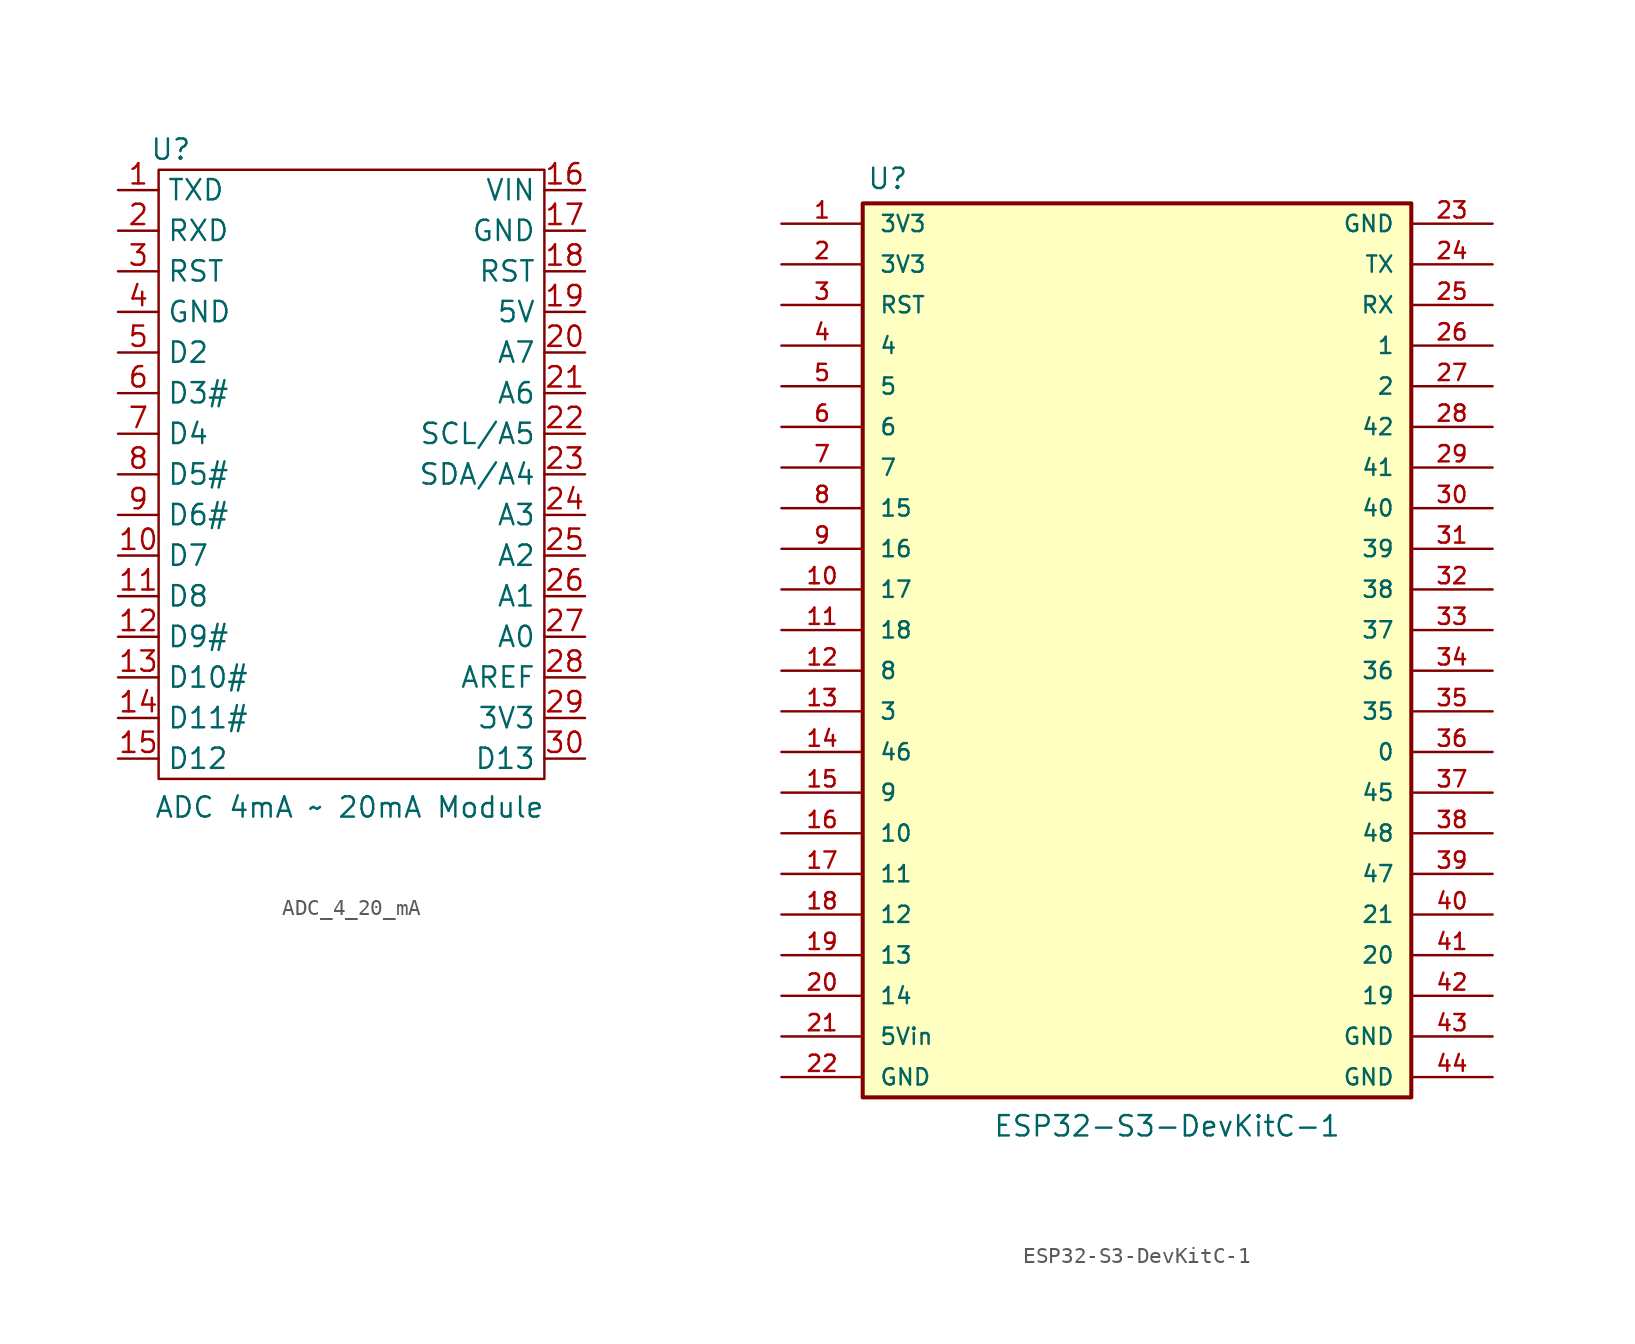
<source format=kicad_sym>
(kicad_symbol_lib
  (version 20231120)
  (generator "kicad_symbol_editor")
  (generator_version "8.0")
  (symbol "ADC_4_20_mA"
    (property "Reference" "U"
      (at -11.938 20.32 0)
      (effects (font (size 1.27 1.27))))
    (property "Value" "ADC 4mA ~ 20mA Module"
      (at -0.762 -20.828 0)
      (effects (font (size 1.27 1.27))))
    (symbol "ADC_4_20_mA_0_1"
      (rectangle (start -12.7 19.05) (end 11.43 -19.05) (stroke (width 0) (type default)) (fill (type none))))
    (symbol "ADC_4_20_mA_1_1"
      (pin output line (at -15.24 17.78 0) (length 2.54) (name "TXD" (effects (font (size 1.27 1.27)))) (number "1" (effects (font (size 1.27 1.27)))))
      (pin bidirectional line (at -15.24 -5.08 0) (length 2.54) (name "D7" (effects (font (size 1.27 1.27)))) (number "10" (effects (font (size 1.27 1.27)))))
      (pin bidirectional line (at -15.24 -7.62 0) (length 2.54) (name "D8" (effects (font (size 1.27 1.27)))) (number "11" (effects (font (size 1.27 1.27)))))
      (pin bidirectional line (at -15.24 -10.16 0) (length 2.54) (name "D9#" (effects (font (size 1.27 1.27)))) (number "12" (effects (font (size 1.27 1.27)))))
      (pin bidirectional line (at -15.24 -12.7 0) (length 2.54) (name "D10#" (effects (font (size 1.27 1.27)))) (number "13" (effects (font (size 1.27 1.27)))))
      (pin bidirectional line (at -15.24 -15.24 0) (length 2.54) (name "D11#" (effects (font (size 1.27 1.27)))) (number "14" (effects (font (size 1.27 1.27)))))
      (pin bidirectional line (at -15.24 -17.78 0) (length 2.54) (name "D12" (effects (font (size 1.27 1.27)))) (number "15" (effects (font (size 1.27 1.27)))))
      (pin power_in line (at 13.97 17.78 180) (length 2.54) (name "VIN" (effects (font (size 1.27 1.27)))) (number "16" (effects (font (size 1.27 1.27)))))
      (pin power_in line (at 13.97 15.24 180) (length 2.54) (name "GND" (effects (font (size 1.27 1.27)))) (number "17" (effects (font (size 1.27 1.27)))))
      (pin input line (at 13.97 12.7 180) (length 2.54) (name "RST" (effects (font (size 1.27 1.27)))) (number "18" (effects (font (size 1.27 1.27)))))
      (pin power_in line (at 13.97 10.16 180) (length 2.54) (name "5V" (effects (font (size 1.27 1.27)))) (number "19" (effects (font (size 1.27 1.27)))))
      (pin input line (at -15.24 15.24 0) (length 2.54) (name "RXD" (effects (font (size 1.27 1.27)))) (number "2" (effects (font (size 1.27 1.27)))))
      (pin input line (at 13.97 7.62 180) (length 2.54) (name "A7" (effects (font (size 1.27 1.27)))) (number "20" (effects (font (size 1.27 1.27)))))
      (pin input line (at 13.97 5.08 180) (length 2.54) (name "A6" (effects (font (size 1.27 1.27)))) (number "21" (effects (font (size 1.27 1.27)))))
      (pin input line (at 13.97 2.54 180) (length 2.54) (name "SCL/A5" (effects (font (size 1.27 1.27)))) (number "22" (effects (font (size 1.27 1.27)))))
      (pin input line (at 13.97 0 180) (length 2.54) (name "SDA/A4" (effects (font (size 1.27 1.27)))) (number "23" (effects (font (size 1.27 1.27)))))
      (pin input line (at 13.97 -2.54 180) (length 2.54) (name "A3" (effects (font (size 1.27 1.27)))) (number "24" (effects (font (size 1.27 1.27)))))
      (pin input line (at 13.97 -5.08 180) (length 2.54) (name "A2" (effects (font (size 1.27 1.27)))) (number "25" (effects (font (size 1.27 1.27)))))
      (pin input line (at 13.97 -7.62 180) (length 2.54) (name "A1" (effects (font (size 1.27 1.27)))) (number "26" (effects (font (size 1.27 1.27)))))
      (pin input line (at 13.97 -10.16 180) (length 2.54) (name "A0" (effects (font (size 1.27 1.27)))) (number "27" (effects (font (size 1.27 1.27)))))
      (pin input line (at 13.97 -12.7 180) (length 2.54) (name "AREF" (effects (font (size 1.27 1.27)))) (number "28" (effects (font (size 1.27 1.27)))))
      (pin power_in line (at 13.97 -15.24 180) (length 2.54) (name "3V3" (effects (font (size 1.27 1.27)))) (number "29" (effects (font (size 1.27 1.27)))))
      (pin input line (at -15.24 12.7 0) (length 2.54) (name "RST" (effects (font (size 1.27 1.27)))) (number "3" (effects (font (size 1.27 1.27)))))
      (pin bidirectional line (at 13.97 -17.78 180) (length 2.54) (name "D13" (effects (font (size 1.27 1.27)))) (number "30" (effects (font (size 1.27 1.27)))))
      (pin power_in line (at -15.24 10.16 0) (length 2.54) (name "GND" (effects (font (size 1.27 1.27)))) (number "4" (effects (font (size 1.27 1.27)))))
      (pin bidirectional line (at -15.24 7.62 0) (length 2.54) (name "D2" (effects (font (size 1.27 1.27)))) (number "5" (effects (font (size 1.27 1.27)))))
      (pin bidirectional line (at -15.24 5.08 0) (length 2.54) (name "D3#" (effects (font (size 1.27 1.27)))) (number "6" (effects (font (size 1.27 1.27)))))
      (pin bidirectional line (at -15.24 2.54 0) (length 2.54) (name "D4" (effects (font (size 1.27 1.27)))) (number "7" (effects (font (size 1.27 1.27)))))
      (pin bidirectional line (at -15.24 0 0) (length 2.54) (name "D5#" (effects (font (size 1.27 1.27)))) (number "8" (effects (font (size 1.27 1.27)))))
      (pin bidirectional line (at -15.24 -2.54 0) (length 2.54) (name "D6#" (effects (font (size 1.27 1.27)))) (number "9" (effects (font (size 1.27 1.27)))))))
  (symbol "ESP32-S3-DevKitC-1"
    (pin_names
      (offset 1.016))
    (property "Reference" "U"
      (at -17.526 32.766 0)
      (effects (font (size 1.27 1.27)) (justify left top)))
    (property "Value" "ESP32-S3-DevKitC-1"
      (at -9.652 -27.94 0)
      (effects (font (size 1.27 1.27)) (justify left bottom)))
    (property "Part Number" ""
      (at 0 -1.27 0)
      (effects (font (size 1.27 1.27))))
    (symbol "ESP32-S3-DevKitC-1_0_0"
      (rectangle (start -17.78 30.48) (end 16.51 -25.4) (stroke (width 0.254) (type default)) (fill (type background))))
    (symbol "ESP32-S3-DevKitC-1_1_0"
      (pin power_in line (at -22.86 29.21 0) (length 5.08) (name "3V3" (effects (font (size 1.016 1.016)))) (number "1" (effects (font (size 1.016 1.016)))))
      (pin bidirectional line (at -22.86 6.35 0) (length 5.08) (name "17" (effects (font (size 1.016 1.016)))) (number "10" (effects (font (size 1.016 1.016)))))
      (pin bidirectional line (at -22.86 3.81 0) (length 5.08) (name "18" (effects (font (size 1.016 1.016)))) (number "11" (effects (font (size 1.016 1.016)))))
      (pin bidirectional line (at -22.86 1.27 0) (length 5.08) (name "8" (effects (font (size 1.016 1.016)))) (number "12" (effects (font (size 1.016 1.016)))))
      (pin bidirectional line (at -22.86 -1.27 0) (length 5.08) (name "3" (effects (font (size 1.016 1.016)))) (number "13" (effects (font (size 1.016 1.016)))))
      (pin bidirectional line (at -22.86 -3.81 0) (length 5.08) (name "46" (effects (font (size 1.016 1.016)))) (number "14" (effects (font (size 1.016 1.016)))))
      (pin bidirectional line (at -22.86 -6.35 0) (length 5.08) (name "9" (effects (font (size 1.016 1.016)))) (number "15" (effects (font (size 1.016 1.016)))))
      (pin bidirectional line (at -22.86 -8.89 0) (length 5.08) (name "10" (effects (font (size 1.016 1.016)))) (number "16" (effects (font (size 1.016 1.016)))))
      (pin bidirectional line (at -22.86 -11.43 0) (length 5.08) (name "11" (effects (font (size 1.016 1.016)))) (number "17" (effects (font (size 1.016 1.016)))))
      (pin bidirectional line (at -22.86 -13.97 0) (length 5.08) (name "12" (effects (font (size 1.016 1.016)))) (number "18" (effects (font (size 1.016 1.016)))))
      (pin bidirectional line (at -22.86 -16.51 0) (length 5.08) (name "13" (effects (font (size 1.016 1.016)))) (number "19" (effects (font (size 1.016 1.016)))))
      (pin power_in line (at -22.86 26.67 0) (length 5.08) (name "3V3" (effects (font (size 1.016 1.016)))) (number "2" (effects (font (size 1.016 1.016)))))
      (pin bidirectional line (at -22.86 -19.05 0) (length 5.08) (name "14" (effects (font (size 1.016 1.016)))) (number "20" (effects (font (size 1.016 1.016)))))
      (pin power_in line (at -22.86 -21.59 0) (length 5.08) (name "5Vin" (effects (font (size 1.016 1.016)))) (number "21" (effects (font (size 1.016 1.016)))))
      (pin power_in line (at -22.86 -24.13 0) (length 5.08) (name "GND" (effects (font (size 1.016 1.016)))) (number "22" (effects (font (size 1.016 1.016)))))
      (pin power_in line (at 21.59 29.21 180) (length 5.08) (name "GND" (effects (font (size 1.016 1.016)))) (number "23" (effects (font (size 1.016 1.016)))))
      (pin bidirectional line (at 21.59 26.67 180) (length 5.08) (name "TX" (effects (font (size 1.016 1.016)))) (number "24" (effects (font (size 1.016 1.016)))))
      (pin bidirectional line (at 21.59 24.13 180) (length 5.08) (name "RX" (effects (font (size 1.016 1.016)))) (number "25" (effects (font (size 1.016 1.016)))))
      (pin bidirectional line (at 21.59 21.59 180) (length 5.08) (name "1" (effects (font (size 1.016 1.016)))) (number "26" (effects (font (size 1.016 1.016)))))
      (pin bidirectional line (at 21.59 19.05 180) (length 5.08) (name "2" (effects (font (size 1.016 1.016)))) (number "27" (effects (font (size 1.016 1.016)))))
      (pin bidirectional line (at 21.59 16.51 180) (length 5.08) (name "42" (effects (font (size 1.016 1.016)))) (number "28" (effects (font (size 1.016 1.016)))))
      (pin bidirectional line (at 21.59 13.97 180) (length 5.08) (name "41" (effects (font (size 1.016 1.016)))) (number "29" (effects (font (size 1.016 1.016)))))
      (pin input line (at -22.86 24.13 0) (length 5.08) (name "RST" (effects (font (size 1.016 1.016)))) (number "3" (effects (font (size 1.016 1.016)))))
      (pin bidirectional line (at 21.59 11.43 180) (length 5.08) (name "40" (effects (font (size 1.016 1.016)))) (number "30" (effects (font (size 1.016 1.016)))))
      (pin bidirectional line (at 21.59 8.89 180) (length 5.08) (name "39" (effects (font (size 1.016 1.016)))) (number "31" (effects (font (size 1.016 1.016)))))
      (pin bidirectional line (at 21.59 6.35 180) (length 5.08) (name "38" (effects (font (size 1.016 1.016)))) (number "32" (effects (font (size 1.016 1.016)))))
      (pin bidirectional line (at 21.59 3.81 180) (length 5.08) (name "37" (effects (font (size 1.016 1.016)))) (number "33" (effects (font (size 1.016 1.016)))))
      (pin bidirectional line (at 21.59 1.27 180) (length 5.08) (name "36" (effects (font (size 1.016 1.016)))) (number "34" (effects (font (size 1.016 1.016)))))
      (pin bidirectional line (at 21.59 -1.27 180) (length 5.08) (name "35" (effects (font (size 1.016 1.016)))) (number "35" (effects (font (size 1.016 1.016)))))
      (pin bidirectional line (at 21.59 -3.81 180) (length 5.08) (name "0" (effects (font (size 1.016 1.016)))) (number "36" (effects (font (size 1.016 1.016)))))
      (pin bidirectional line (at 21.59 -6.35 180) (length 5.08) (name "45" (effects (font (size 1.016 1.016)))) (number "37" (effects (font (size 1.016 1.016)))))
      (pin bidirectional line (at 21.59 -8.89 180) (length 5.08) (name "48" (effects (font (size 1.016 1.016)))) (number "38" (effects (font (size 1.016 1.016)))))
      (pin bidirectional line (at 21.59 -11.43 180) (length 5.08) (name "47" (effects (font (size 1.016 1.016)))) (number "39" (effects (font (size 1.016 1.016)))))
      (pin bidirectional line (at -22.86 21.59 0) (length 5.08) (name "4" (effects (font (size 1.016 1.016)))) (number "4" (effects (font (size 1.016 1.016)))))
      (pin bidirectional line (at 21.59 -13.97 180) (length 5.08) (name "21" (effects (font (size 1.016 1.016)))) (number "40" (effects (font (size 1.016 1.016)))))
      (pin bidirectional line (at 21.59 -16.51 180) (length 5.08) (name "20" (effects (font (size 1.016 1.016)))) (number "41" (effects (font (size 1.016 1.016)))))
      (pin bidirectional line (at 21.59 -19.05 180) (length 5.08) (name "19" (effects (font (size 1.016 1.016)))) (number "42" (effects (font (size 1.016 1.016)))))
      (pin power_in line (at 21.59 -21.59 180) (length 5.08) (name "GND" (effects (font (size 1.016 1.016)))) (number "43" (effects (font (size 1.016 1.016)))))
      (pin power_in line (at 21.59 -24.13 180) (length 5.08) (name "GND" (effects (font (size 1.016 1.016)))) (number "44" (effects (font (size 1.016 1.016)))))
      (pin bidirectional line (at -22.86 19.05 0) (length 5.08) (name "5" (effects (font (size 1.016 1.016)))) (number "5" (effects (font (size 1.016 1.016)))))
      (pin bidirectional line (at -22.86 16.51 0) (length 5.08) (name "6" (effects (font (size 1.016 1.016)))) (number "6" (effects (font (size 1.016 1.016)))))
      (pin bidirectional line (at -22.86 13.97 0) (length 5.08) (name "7" (effects (font (size 1.016 1.016)))) (number "7" (effects (font (size 1.016 1.016)))))
      (pin bidirectional line (at -22.86 11.43 0) (length 5.08) (name "15" (effects (font (size 1.016 1.016)))) (number "8" (effects (font (size 1.016 1.016)))))
      (pin bidirectional line (at -22.86 8.89 0) (length 5.08) (name "16" (effects (font (size 1.016 1.016)))) (number "9" (effects (font (size 1.016 1.016))))))))
</source>
